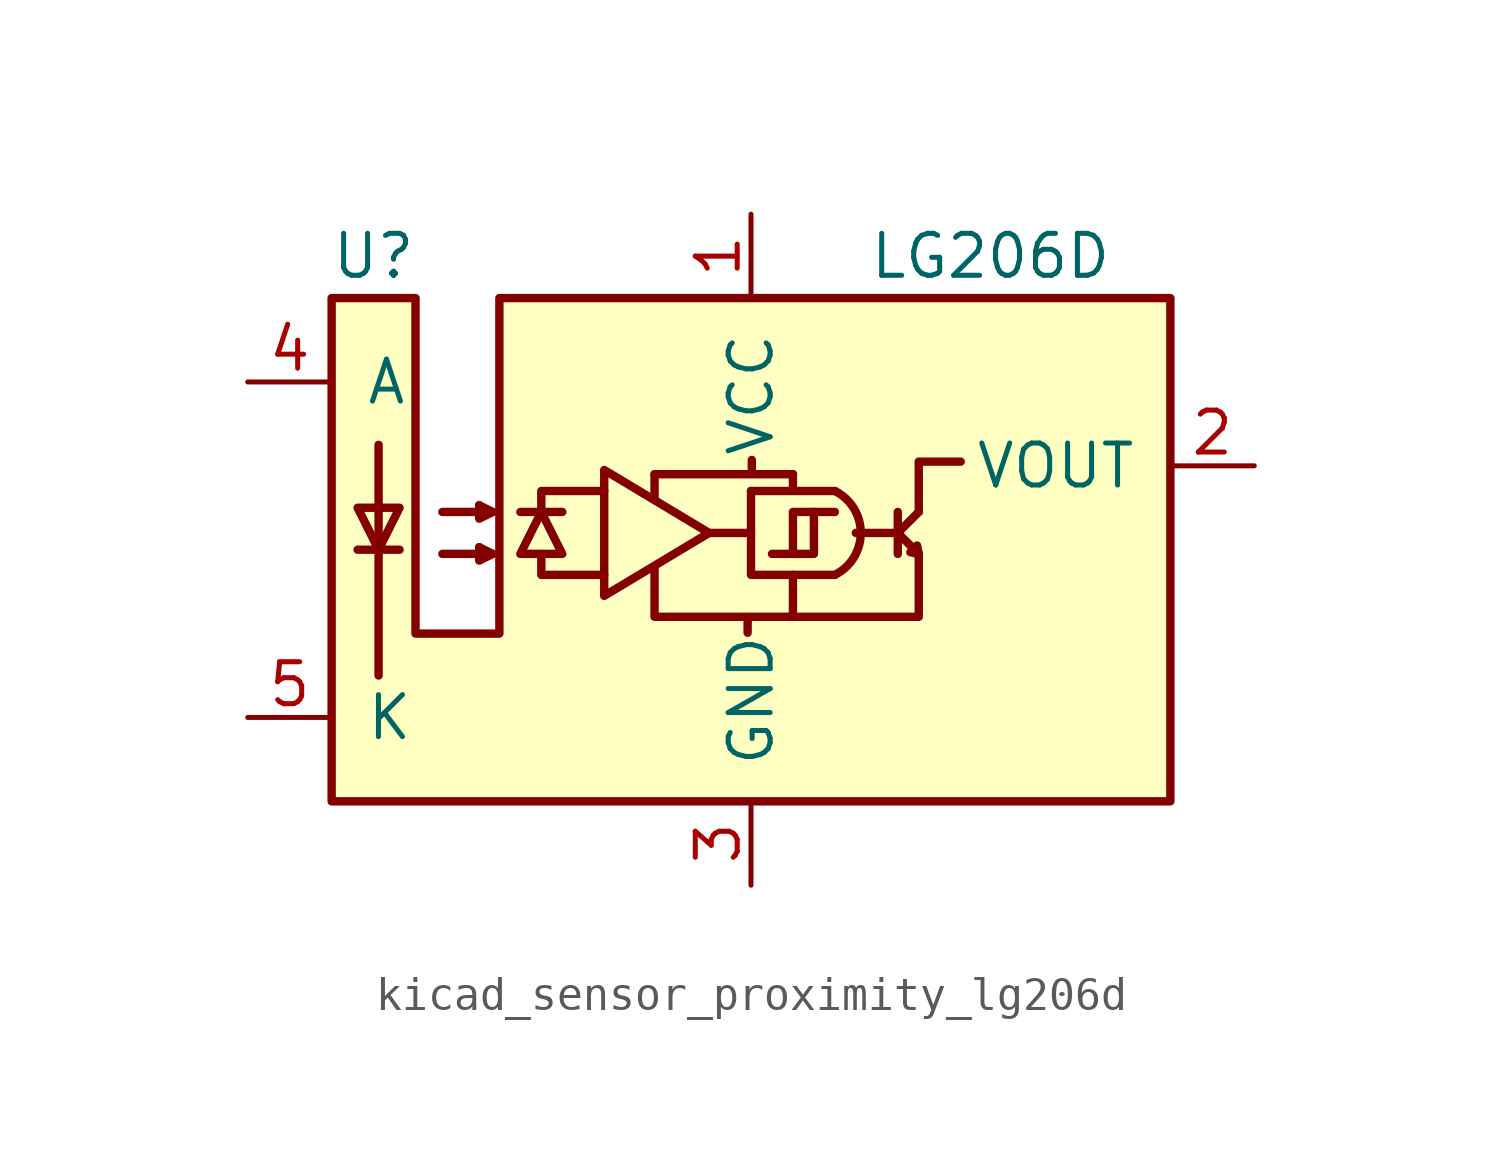
<source format=kicad_sym>
(kicad_symbol_lib
  (version 20220914)
  (generator kicad_symbol_editor)
  (symbol "kicad_sensor_proximity_lg206d"
    (pin_names
      (offset 1.016))
    (property "Reference" "U"
      (at -11.43 8.89 0)
      (effects (font (size 1.27 1.27))))
    (property "Value" "LG206D"
      (at 3.556 8.89 0)
      (effects (font (size 1.27 1.27)) (justify left)))
    (symbol "kicad_sensor_proximity_lg206d_0_1"
      (polyline (pts (xy -11.913 0) (xy -10.643 0)) (stroke (width 0.254) (type default)) (fill (type none)))
      (polyline (pts (xy -11.278 -3.81) (xy -11.278 3.175)) (stroke (width 0.254) (type default)) (fill (type none)))
      (polyline (pts (xy -6.985 1.143) (xy -5.715 1.143)) (stroke (width 0.254) (type default)) (fill (type none)))
      (polyline (pts (xy -2.921 1.524) (xy -2.921 2.286)) (stroke (width 0.254) (type default)) (fill (type none)))
      (polyline (pts (xy -2.921 2.286) (xy 1.27 2.286)) (stroke (width 0.254) (type default)) (fill (type none)))
      (polyline (pts (xy -1.27 0.508) (xy 0 0.508)) (stroke (width 0.254) (type default)) (fill (type none)))
      (polyline (pts (xy -0.102 -2.515) (xy -0.102 -2.083)) (stroke (width 0.254) (type default)) (fill (type none)))
      (polyline (pts (xy 0 1.778) (xy 2.54 1.778)) (stroke (width 0.254) (type default)) (fill (type none)))
      (polyline (pts (xy 0.025 2.311) (xy 0.025 2.718)) (stroke (width 0.254) (type default)) (fill (type none)))
      (polyline (pts (xy 1.27 1.93) (xy 1.27 2.286)) (stroke (width 0.254) (type default)) (fill (type none)))
      (polyline (pts (xy 3.175 0.508) (xy 4.445 0.508)) (stroke (width 0.254) (type default)) (fill (type none)))
      (polyline (pts (xy 4.445 0.508) (xy 5.08 -0.127)) (stroke (width 0.254) (type default)) (fill (type none)))
      (polyline (pts (xy 4.445 0.508) (xy 5.08 1.143)) (stroke (width 0.254) (type default)) (fill (type none)))
      (polyline (pts (xy 4.445 1.143) (xy 4.445 -0.127)) (stroke (width 0.254) (type default)) (fill (type none)))
      (polyline (pts (xy -9.347 -0.127) (xy -7.823 -0.127) (xy -8.23 0.076)) (stroke (width 0.254) (type default)) (fill (type none)))
      (polyline (pts (xy -9.347 1.143) (xy -7.823 1.143) (xy -8.23 1.346)) (stroke (width 0.254) (type default)) (fill (type none)))
      (polyline (pts (xy -8.23 0.076) (xy -8.23 -0.33) (xy -7.823 -0.127)) (stroke (width 0.254) (type default)) (fill (type none)))
      (polyline (pts (xy -8.23 1.346) (xy -8.23 0.94) (xy -7.823 1.143)) (stroke (width 0.254) (type default)) (fill (type none)))
      (polyline (pts (xy -6.35 -0.127) (xy -6.35 -0.762) (xy -4.445 -0.762)) (stroke (width 0.254) (type default)) (fill (type none)))
      (polyline (pts (xy -6.35 1.143) (xy -6.35 1.778) (xy -4.445 1.778)) (stroke (width 0.254) (type default)) (fill (type none)))
      (polyline (pts (xy 0 1.778) (xy 0 -0.762) (xy 2.54 -0.762)) (stroke (width 0.254) (type default)) (fill (type none)))
      (polyline (pts (xy 1.27 -2.032) (xy -2.921 -2.032) (xy -2.921 -0.508)) (stroke (width 0.254) (type default)) (fill (type none)))
      (polyline (pts (xy 1.905 1.143) (xy 1.27 1.143) (xy 1.27 -0.127)) (stroke (width 0.254) (type default)) (fill (type none)))
      (polyline (pts (xy 5.08 1.143) (xy 5.08 2.667) (xy 6.35 2.667)) (stroke (width 0.254) (type default)) (fill (type none)))
      (polyline (pts (xy -11.913 1.27) (xy -10.643 1.27) (xy -11.278 0) (xy -11.913 1.27)) (stroke (width 0.254) (type default)) (fill (type none)))
      (polyline (pts (xy -6.985 -0.127) (xy -5.715 -0.127) (xy -6.35 1.143) (xy -6.985 -0.127)) (stroke (width 0.254) (type default)) (fill (type none)))
      (polyline (pts (xy -4.445 2.413) (xy -4.445 -1.397) (xy -1.27 0.508) (xy -4.445 2.413)) (stroke (width 0.254) (type default)) (fill (type none)))
      (polyline (pts (xy 0.635 -0.127) (xy 1.905 -0.127) (xy 1.905 1.143) (xy 2.54 1.143)) (stroke (width 0.254) (type default)) (fill (type none)))
      (polyline (pts (xy 1.27 -0.762) (xy 1.27 -2.032) (xy 5.08 -2.032) (xy 5.08 -0.127)) (stroke (width 0.254) (type default)) (fill (type none)))
      (polyline (pts (xy 5.08 -0.127) (xy 4.826 -0.076) (xy 5.029 0.127) (xy 5.08 -0.127)) (stroke (width 0.254) (type default)) (fill (type none)))
      (polyline (pts (xy -12.7 -7.62) (xy 12.7 -7.62) (xy 12.7 7.62) (xy -7.62 7.62) (xy -7.62 -2.54) (xy -10.16 -2.54) (xy -10.16 7.62) (xy -12.7 7.62) (xy -12.7 -7.62)) (stroke (width 0.254) (type default)) (fill (type background)))
      (arc (start 2.54 -0.762) (mid 3.3249 0.508) (end 2.54 1.778) (stroke (width 0.254) (type default)) (fill (type none))))
    (symbol "kicad_sensor_proximity_lg206d_1_1"
      (pin power_in line (at 0 10.16 270) (length 2.54) (name "VCC" (effects (font (size 1.27 1.27)))) (number "1" (effects (font (size 1.27 1.27)))))
      (pin open_collector line (at 15.24 2.54 180) (length 2.54) (name "VOUT" (effects (font (size 1.27 1.27)))) (number "2" (effects (font (size 1.27 1.27)))))
      (pin power_in line (at 0 -10.16 90) (length 2.54) (name "GND" (effects (font (size 1.27 1.27)))) (number "3" (effects (font (size 1.27 1.27)))))
      (pin passive line (at -15.24 5.08 0) (length 2.54) (name "A" (effects (font (size 1.27 1.27)))) (number "4" (effects (font (size 1.27 1.27)))))
      (pin passive line (at -15.24 -5.08 0) (length 2.54) (name "K" (effects (font (size 1.27 1.27)))) (number "5" (effects (font (size 1.27 1.27))))))))
</source>
